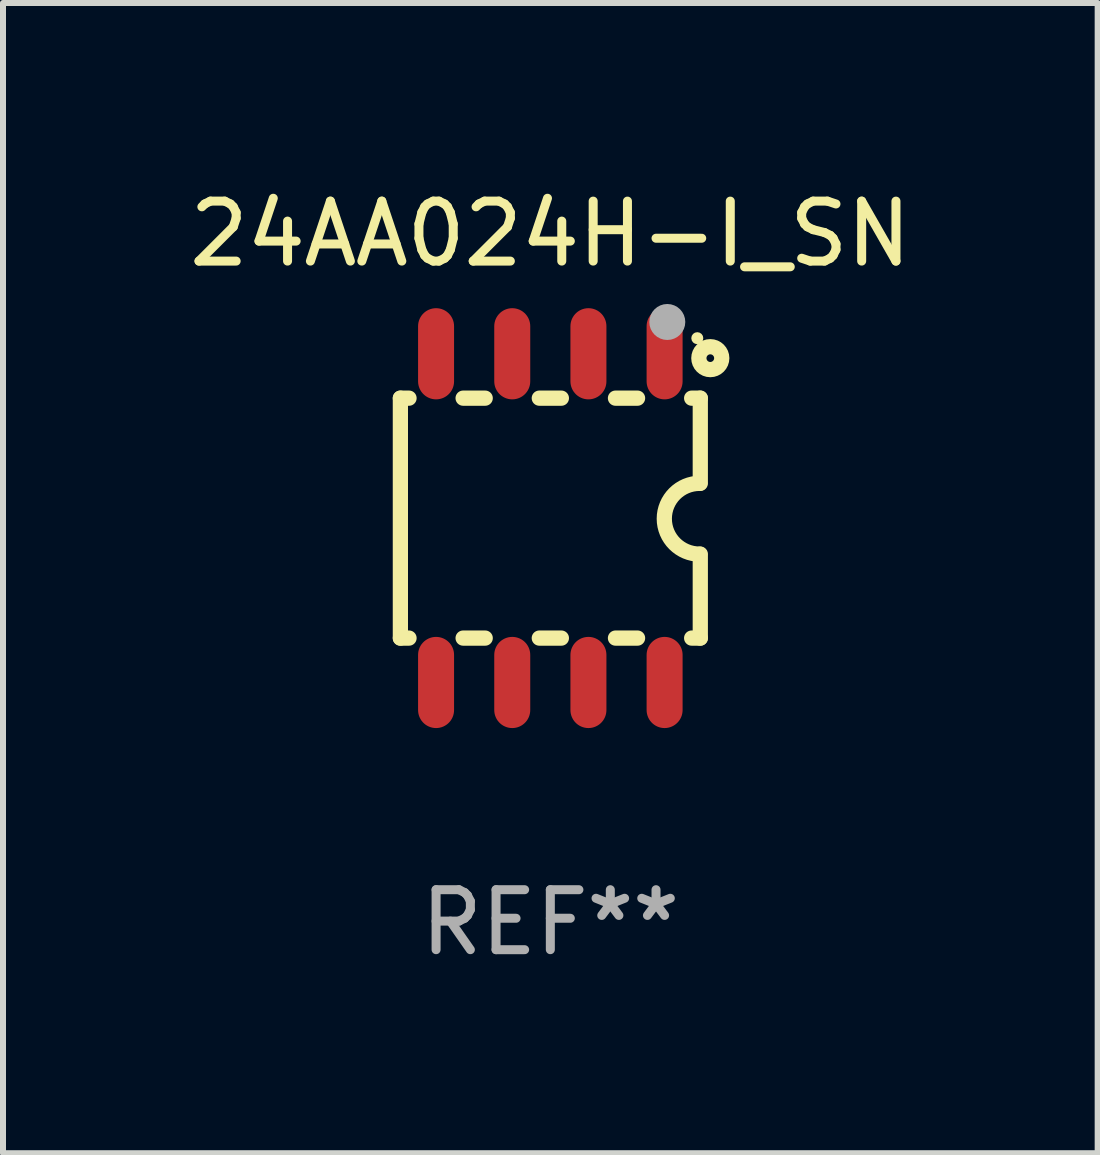
<source format=kicad_pcb>
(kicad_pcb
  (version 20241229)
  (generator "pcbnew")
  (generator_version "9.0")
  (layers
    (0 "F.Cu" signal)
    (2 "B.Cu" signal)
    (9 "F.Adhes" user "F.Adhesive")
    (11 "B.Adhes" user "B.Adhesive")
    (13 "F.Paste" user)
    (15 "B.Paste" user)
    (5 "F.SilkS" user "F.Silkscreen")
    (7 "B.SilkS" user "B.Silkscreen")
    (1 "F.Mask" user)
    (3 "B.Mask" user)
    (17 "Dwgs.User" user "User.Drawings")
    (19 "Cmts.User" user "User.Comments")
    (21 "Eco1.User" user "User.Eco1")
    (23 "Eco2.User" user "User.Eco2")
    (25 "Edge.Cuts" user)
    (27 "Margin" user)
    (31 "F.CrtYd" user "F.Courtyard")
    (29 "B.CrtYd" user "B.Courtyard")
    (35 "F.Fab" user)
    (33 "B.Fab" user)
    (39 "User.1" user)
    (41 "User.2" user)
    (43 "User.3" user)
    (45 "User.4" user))
  (footprint "24AA024H-I_SN"
    (layer "F.Cu")
    (at 6.125 5.588)
    (property "Reference" "24AA024H-I_SN" (at 0 -4.74 0) (layer "F.SilkS") (effects (font (size 1 1) (thickness 0.15))))
    (attr through_hole)
    (fp_line (start -2.5 2) (end -2.5 -2) (stroke (width 0.254) (type solid)) (layer "F.SilkS"))
    (fp_line (start -2.356 -2) (end -2.5 -2) (stroke (width 0.254) (type solid)) (layer "F.SilkS"))
    (fp_line (start -2.356 2) (end -2.5 2) (stroke (width 0.254) (type solid)) (layer "F.SilkS"))
    (fp_line (start -1.086 -2) (end -1.454 -2) (stroke (width 0.254) (type solid)) (layer "F.SilkS"))
    (fp_line (start -1.086 2) (end -1.454 2) (stroke (width 0.254) (type solid)) (layer "F.SilkS"))
    (fp_line (start 0.184 -2) (end -0.184 -2) (stroke (width 0.254) (type solid)) (layer "F.SilkS"))
    (fp_line (start 0.184 2) (end -0.184 2) (stroke (width 0.254) (type solid)) (layer "F.SilkS"))
    (fp_line (start 1.454 -2) (end 1.086 -2) (stroke (width 0.254) (type solid)) (layer "F.SilkS"))
    (fp_line (start 1.454 2) (end 1.086 2) (stroke (width 0.254) (type solid)) (layer "F.SilkS"))
    (fp_line (start 2.5 -2) (end 2.356 -2) (stroke (width 0.254) (type solid)) (layer "F.SilkS"))
    (fp_line (start 2.5 -0.58) (end 2.5 -2) (stroke (width 0.254) (type solid)) (layer "F.SilkS"))
    (fp_line (start 2.5 2) (end 2.356 2) (stroke (width 0.254) (type solid)) (layer "F.SilkS"))
    (fp_line (start 2.5 2) (end 2.5 0.6) (stroke (width 0.254) (type solid)) (layer "F.SilkS"))
    (fp_arc (start 2.489992 0.600051) (mid 1.901674 0.010046) (end 2.489992 -0.579959) (stroke (width 0.254001) (type solid)) (layer "F.SilkS"))
    (fp_circle (center 2.45 -3) (end 2.5 -3) (stroke (width 0.1) (type solid)) (fill no) (layer "F.SilkS"))
    (fp_circle (center 2.667 -2.667) (end 2.858 -2.667) (stroke (width 0.254) (type solid)) (fill no) (layer "F.SilkS"))
    (fp_circle (center 1.95 -3.27) (end 2.1 -3.27) (stroke (width 0.3) (type solid)) (fill no) (layer "F.Fab"))
    (fp_text user "REF**" (at 0 6.74 0) (layer "F.Fab") (effects (font (size 1 1) (thickness 0.15))))
    (pad "1" smd oval (at 1.905 -2.74) (size 0.6 1.52) (layers "F.Cu" "F.Mask" "F.Paste"))
    (pad "2" smd oval (at 0.635 -2.74) (size 0.6 1.52) (layers "F.Cu" "F.Mask" "F.Paste"))
    (pad "3" smd oval (at -0.635 -2.74) (size 0.6 1.52) (layers "F.Cu" "F.Mask" "F.Paste"))
    (pad "4" smd oval (at -1.905 -2.74) (size 0.6 1.52) (layers "F.Cu" "F.Mask" "F.Paste"))
    (pad "5" smd oval (at -1.905 2.74) (size 0.6 1.52) (layers "F.Cu" "F.Mask" "F.Paste"))
    (pad "6" smd oval (at -0.635 2.74) (size 0.6 1.52) (layers "F.Cu" "F.Mask" "F.Paste"))
    (pad "7" smd oval (at 0.635 2.74) (size 0.6 1.52) (layers "F.Cu" "F.Mask" "F.Paste"))
    (pad "8" smd oval (at 1.905 2.74) (size 0.6 1.52) (layers "F.Cu" "F.Mask" "F.Paste")))
  (gr_rect
    (start -3 -3)
    (end 15.25 16.176)
    (stroke (width 0.1) (type default))
    (fill no)
    (layer "Edge.Cuts")))
</source>
